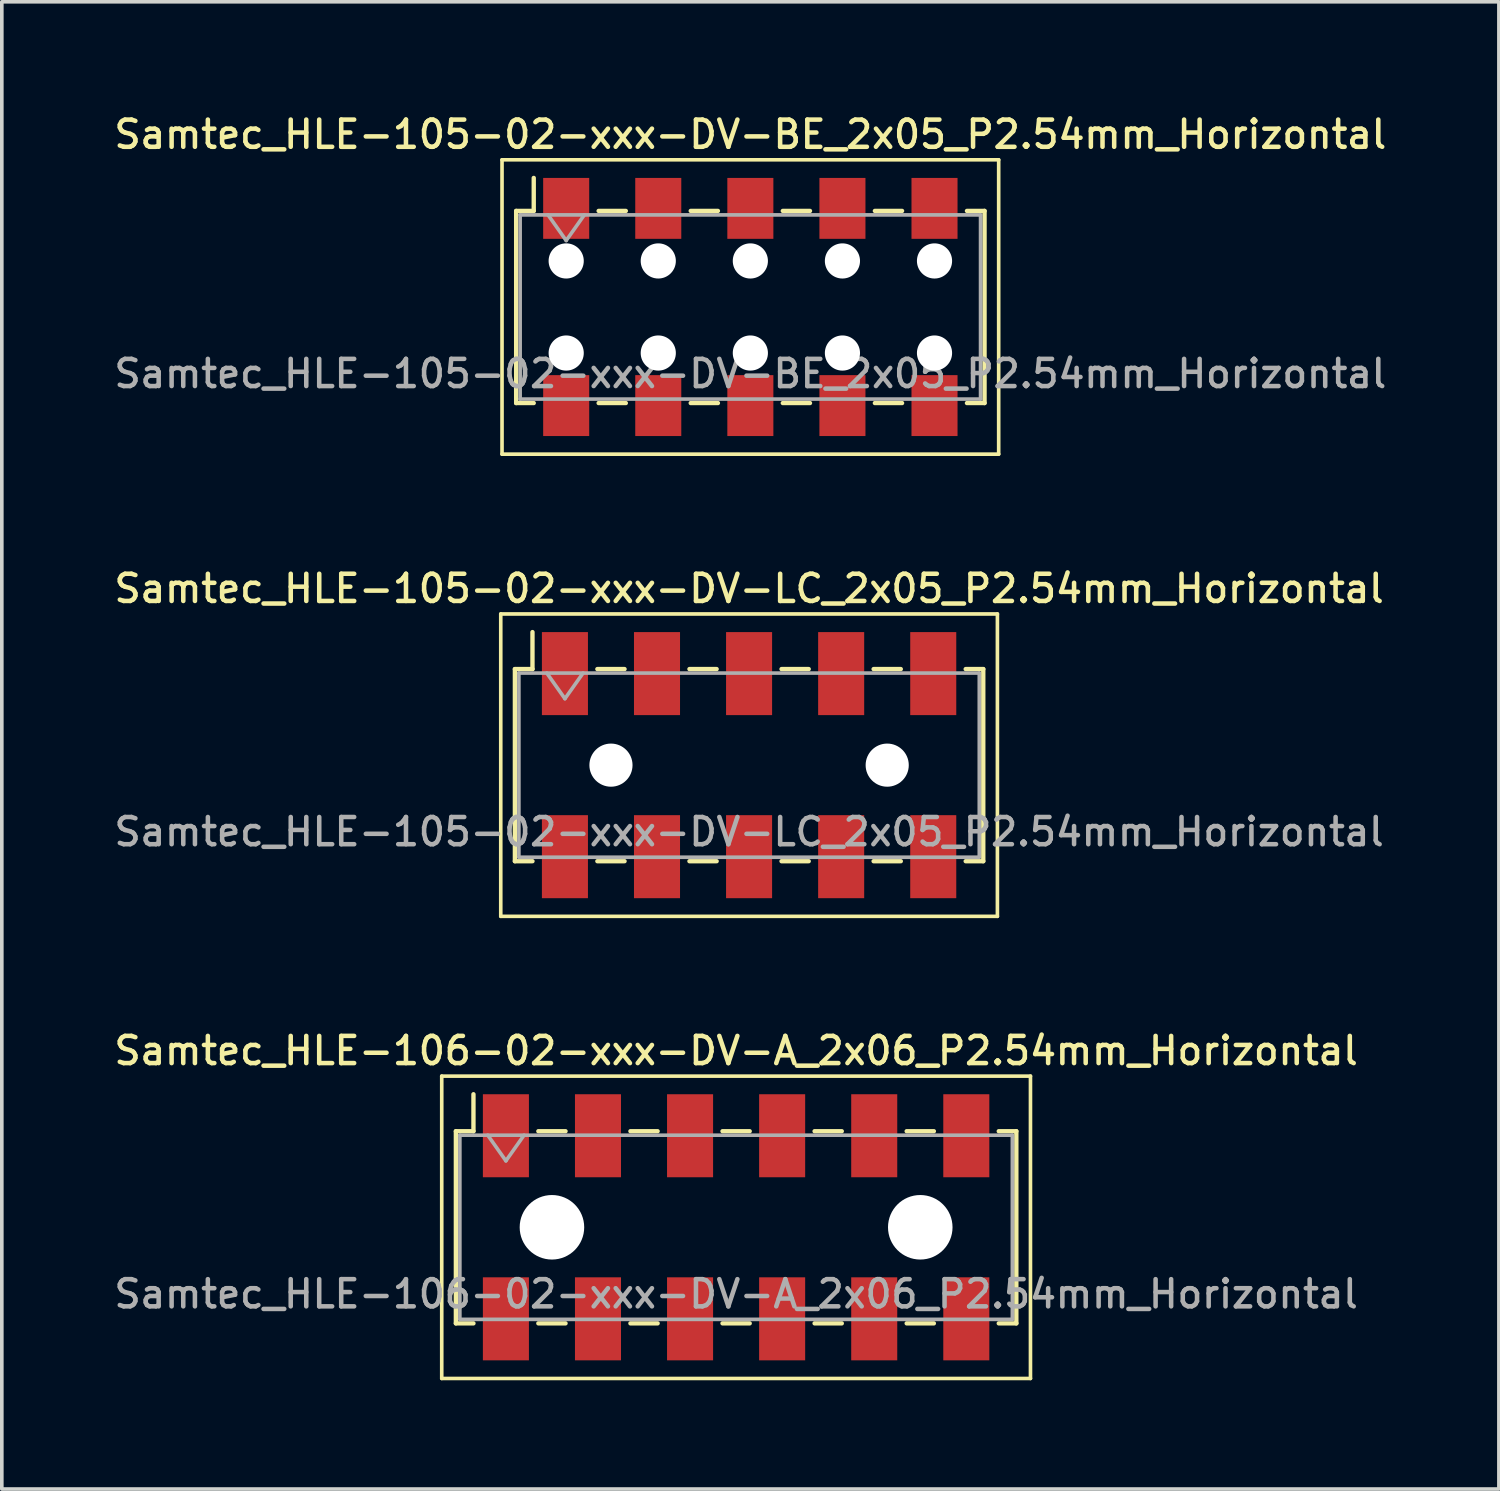
<source format=kicad_pcb>
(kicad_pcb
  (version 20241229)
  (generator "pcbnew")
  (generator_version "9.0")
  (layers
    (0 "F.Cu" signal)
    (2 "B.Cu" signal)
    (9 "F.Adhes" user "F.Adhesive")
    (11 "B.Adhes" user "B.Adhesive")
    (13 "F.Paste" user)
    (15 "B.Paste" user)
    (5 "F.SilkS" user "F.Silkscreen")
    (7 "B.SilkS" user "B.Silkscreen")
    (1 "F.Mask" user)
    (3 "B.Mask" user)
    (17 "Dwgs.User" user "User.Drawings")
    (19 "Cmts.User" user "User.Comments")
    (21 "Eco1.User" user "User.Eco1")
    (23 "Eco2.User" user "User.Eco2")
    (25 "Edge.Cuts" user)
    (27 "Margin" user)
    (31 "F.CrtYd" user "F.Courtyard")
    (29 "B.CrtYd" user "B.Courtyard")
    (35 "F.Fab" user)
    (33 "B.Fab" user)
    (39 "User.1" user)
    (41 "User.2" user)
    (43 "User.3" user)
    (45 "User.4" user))
  (footprint "Samtec_HLE-105-02-xxx-DV-LC_2x05_P2.54mm_Horizontal"
    (layer "F.Cu")
    (at 17.613 18.056)
    (property "Reference" "Samtec_HLE-105-02-xxx-DV-LC_2x05_P2.54mm_Horizontal" (at 0 -4.87 0) (layer "F.SilkS") (effects (font (size 0.75 0.75) (thickness 0.125))))
    (attr smd)
    (fp_line (start -6.85 -4.17) (end 6.85 -4.17) (stroke (width 0.1) (type solid)) (layer "F.SilkS"))
    (fp_line (start -6.85 4.17) (end -6.85 -4.17) (stroke (width 0.1) (type solid)) (layer "F.SilkS"))
    (fp_line (start -6.46 -2.65) (end -6.46 2.65) (stroke (width 0.12) (type solid)) (layer "F.SilkS"))
    (fp_line (start -6.46 2.65) (end -5.975 2.65) (stroke (width 0.12) (type solid)) (layer "F.SilkS"))
    (fp_line (start -5.975 -3.67) (end -5.975 -2.65) (stroke (width 0.12) (type solid)) (layer "F.SilkS"))
    (fp_line (start -5.975 -2.65) (end -6.46 -2.65) (stroke (width 0.12) (type solid)) (layer "F.SilkS"))
    (fp_line (start -4.185 -2.65) (end -3.435 -2.65) (stroke (width 0.12) (type solid)) (layer "F.SilkS"))
    (fp_line (start -4.185 2.65) (end -3.435 2.65) (stroke (width 0.12) (type solid)) (layer "F.SilkS"))
    (fp_line (start -1.645 -2.65) (end -0.895 -2.65) (stroke (width 0.12) (type solid)) (layer "F.SilkS"))
    (fp_line (start -1.645 2.65) (end -0.895 2.65) (stroke (width 0.12) (type solid)) (layer "F.SilkS"))
    (fp_line (start 0.895 -2.65) (end 1.645 -2.65) (stroke (width 0.12) (type solid)) (layer "F.SilkS"))
    (fp_line (start 0.895 2.65) (end 1.645 2.65) (stroke (width 0.12) (type solid)) (layer "F.SilkS"))
    (fp_line (start 3.435 -2.65) (end 4.185 -2.65) (stroke (width 0.12) (type solid)) (layer "F.SilkS"))
    (fp_line (start 3.435 2.65) (end 4.185 2.65) (stroke (width 0.12) (type solid)) (layer "F.SilkS"))
    (fp_line (start 5.975 -2.65) (end 6.46 -2.65) (stroke (width 0.12) (type solid)) (layer "F.SilkS"))
    (fp_line (start 6.46 -2.65) (end 6.46 2.65) (stroke (width 0.12) (type solid)) (layer "F.SilkS"))
    (fp_line (start 6.46 2.65) (end 5.975 2.65) (stroke (width 0.12) (type solid)) (layer "F.SilkS"))
    (fp_line (start 6.85 -4.17) (end 6.85 4.17) (stroke (width 0.1) (type solid)) (layer "F.SilkS"))
    (fp_line (start 6.85 4.17) (end -6.85 4.17) (stroke (width 0.1) (type solid)) (layer "F.SilkS"))
    (fp_line (start -6.35 -2.54) (end 6.35 -2.54) (stroke (width 0.1) (type solid)) (layer "F.Fab"))
    (fp_line (start -6.35 2.54) (end -6.35 -2.54) (stroke (width 0.1) (type solid)) (layer "F.Fab"))
    (fp_line (start -5.58 -2.54) (end -5.08 -1.833) (stroke (width 0.1) (type solid)) (layer "F.Fab"))
    (fp_line (start -5.08 -1.833) (end -4.58 -2.54) (stroke (width 0.1) (type solid)) (layer "F.Fab"))
    (fp_line (start 6.35 -2.54) (end 6.35 2.54) (stroke (width 0.1) (type solid)) (layer "F.Fab"))
    (fp_line (start 6.35 2.54) (end -6.35 2.54) (stroke (width 0.1) (type solid)) (layer "F.Fab"))
    (fp_text user "${REFERENCE}" (at 0 1.84 0) (layer "F.Fab") (effects (font (size 0.75 0.75) (thickness 0.125))))
    (pad "" np_thru_hole circle (at -3.81 0) (size 1.19 1.19) (drill 1.19) (layers "*.Cu" "*.Mask"))
    (pad "" np_thru_hole circle (at 3.81 0) (size 1.19 1.19) (drill 1.19) (layers "*.Cu" "*.Mask"))
    (pad "1" smd rect (at -5.08 -2.525) (size 1.27 2.29) (layers "F.Cu" "F.Mask" "F.Paste"))
    (pad "2" smd rect (at -5.08 2.525) (size 1.27 2.29) (layers "F.Cu" "F.Mask" "F.Paste"))
    (pad "3" smd rect (at -2.54 -2.525) (size 1.27 2.29) (layers "F.Cu" "F.Mask" "F.Paste"))
    (pad "4" smd rect (at -2.54 2.525) (size 1.27 2.29) (layers "F.Cu" "F.Mask" "F.Paste"))
    (pad "5" smd rect (at 0 -2.525) (size 1.27 2.29) (layers "F.Cu" "F.Mask" "F.Paste"))
    (pad "6" smd rect (at 0 2.525) (size 1.27 2.29) (layers "F.Cu" "F.Mask" "F.Paste"))
    (pad "7" smd rect (at 2.54 -2.525) (size 1.27 2.29) (layers "F.Cu" "F.Mask" "F.Paste"))
    (pad "8" smd rect (at 2.54 2.525) (size 1.27 2.29) (layers "F.Cu" "F.Mask" "F.Paste"))
    (pad "9" smd rect (at 5.08 -2.525) (size 1.27 2.29) (layers "F.Cu" "F.Mask" "F.Paste"))
    (pad "10" smd rect (at 5.08 2.525) (size 1.27 2.29) (layers "F.Cu" "F.Mask" "F.Paste")))
  (footprint "Samtec_HLE-106-02-xxx-DV-A_2x06_P2.54mm_Horizontal"
    (layer "F.Cu")
    (at 17.255 30.804)
    (property "Reference" "Samtec_HLE-106-02-xxx-DV-A_2x06_P2.54mm_Horizontal" (at 0 -4.87 0) (layer "F.SilkS") (effects (font (size 0.75 0.75) (thickness 0.125))))
    (attr smd)
    (fp_line (start -8.12 -4.17) (end 8.12 -4.17) (stroke (width 0.1) (type solid)) (layer "F.SilkS"))
    (fp_line (start -8.12 4.17) (end -8.12 -4.17) (stroke (width 0.1) (type solid)) (layer "F.SilkS"))
    (fp_line (start -7.73 -2.65) (end -7.73 2.65) (stroke (width 0.12) (type solid)) (layer "F.SilkS"))
    (fp_line (start -7.73 2.65) (end -7.245 2.65) (stroke (width 0.12) (type solid)) (layer "F.SilkS"))
    (fp_line (start -7.245 -3.67) (end -7.245 -2.65) (stroke (width 0.12) (type solid)) (layer "F.SilkS"))
    (fp_line (start -7.245 -2.65) (end -7.73 -2.65) (stroke (width 0.12) (type solid)) (layer "F.SilkS"))
    (fp_line (start -5.455 -2.65) (end -4.705 -2.65) (stroke (width 0.12) (type solid)) (layer "F.SilkS"))
    (fp_line (start -5.455 2.65) (end -4.705 2.65) (stroke (width 0.12) (type solid)) (layer "F.SilkS"))
    (fp_line (start -2.915 -2.65) (end -2.165 -2.65) (stroke (width 0.12) (type solid)) (layer "F.SilkS"))
    (fp_line (start -2.915 2.65) (end -2.165 2.65) (stroke (width 0.12) (type solid)) (layer "F.SilkS"))
    (fp_line (start -0.375 -2.65) (end 0.375 -2.65) (stroke (width 0.12) (type solid)) (layer "F.SilkS"))
    (fp_line (start -0.375 2.65) (end 0.375 2.65) (stroke (width 0.12) (type solid)) (layer "F.SilkS"))
    (fp_line (start 2.165 -2.65) (end 2.915 -2.65) (stroke (width 0.12) (type solid)) (layer "F.SilkS"))
    (fp_line (start 2.165 2.65) (end 2.915 2.65) (stroke (width 0.12) (type solid)) (layer "F.SilkS"))
    (fp_line (start 4.705 -2.65) (end 5.455 -2.65) (stroke (width 0.12) (type solid)) (layer "F.SilkS"))
    (fp_line (start 4.705 2.65) (end 5.455 2.65) (stroke (width 0.12) (type solid)) (layer "F.SilkS"))
    (fp_line (start 7.245 -2.65) (end 7.73 -2.65) (stroke (width 0.12) (type solid)) (layer "F.SilkS"))
    (fp_line (start 7.73 -2.65) (end 7.73 2.65) (stroke (width 0.12) (type solid)) (layer "F.SilkS"))
    (fp_line (start 7.73 2.65) (end 7.245 2.65) (stroke (width 0.12) (type solid)) (layer "F.SilkS"))
    (fp_line (start 8.12 -4.17) (end 8.12 4.17) (stroke (width 0.1) (type solid)) (layer "F.SilkS"))
    (fp_line (start 8.12 4.17) (end -8.12 4.17) (stroke (width 0.1) (type solid)) (layer "F.SilkS"))
    (fp_line (start -7.62 -2.54) (end 7.62 -2.54) (stroke (width 0.1) (type solid)) (layer "F.Fab"))
    (fp_line (start -7.62 2.54) (end -7.62 -2.54) (stroke (width 0.1) (type solid)) (layer "F.Fab"))
    (fp_line (start -6.85 -2.54) (end -6.35 -1.833) (stroke (width 0.1) (type solid)) (layer "F.Fab"))
    (fp_line (start -6.35 -1.833) (end -5.85 -2.54) (stroke (width 0.1) (type solid)) (layer "F.Fab"))
    (fp_line (start 7.62 -2.54) (end 7.62 2.54) (stroke (width 0.1) (type solid)) (layer "F.Fab"))
    (fp_line (start 7.62 2.54) (end -7.62 2.54) (stroke (width 0.1) (type solid)) (layer "F.Fab"))
    (fp_text user "${REFERENCE}" (at 0 1.84 0) (layer "F.Fab") (effects (font (size 0.75 0.75) (thickness 0.125))))
    (pad "" np_thru_hole circle (at -5.08 0) (size 1.78 1.78) (drill 1.78) (layers "*.Cu" "*.Mask"))
    (pad "" np_thru_hole circle (at 5.08 0) (size 1.78 1.78) (drill 1.78) (layers "*.Cu" "*.Mask"))
    (pad "1" smd rect (at -6.35 -2.525) (size 1.27 2.29) (layers "F.Cu" "F.Mask" "F.Paste"))
    (pad "2" smd rect (at -6.35 2.525) (size 1.27 2.29) (layers "F.Cu" "F.Mask" "F.Paste"))
    (pad "3" smd rect (at -3.81 -2.525) (size 1.27 2.29) (layers "F.Cu" "F.Mask" "F.Paste"))
    (pad "4" smd rect (at -3.81 2.525) (size 1.27 2.29) (layers "F.Cu" "F.Mask" "F.Paste"))
    (pad "5" smd rect (at -1.27 -2.525) (size 1.27 2.29) (layers "F.Cu" "F.Mask" "F.Paste"))
    (pad "6" smd rect (at -1.27 2.525) (size 1.27 2.29) (layers "F.Cu" "F.Mask" "F.Paste"))
    (pad "7" smd rect (at 1.27 -2.525) (size 1.27 2.29) (layers "F.Cu" "F.Mask" "F.Paste"))
    (pad "8" smd rect (at 1.27 2.525) (size 1.27 2.29) (layers "F.Cu" "F.Mask" "F.Paste"))
    (pad "9" smd rect (at 3.81 -2.525) (size 1.27 2.29) (layers "F.Cu" "F.Mask" "F.Paste"))
    (pad "10" smd rect (at 3.81 2.525) (size 1.27 2.29) (layers "F.Cu" "F.Mask" "F.Paste"))
    (pad "11" smd rect (at 6.35 -2.525) (size 1.27 2.29) (layers "F.Cu" "F.Mask" "F.Paste"))
    (pad "12" smd rect (at 6.35 2.525) (size 1.27 2.29) (layers "F.Cu" "F.Mask" "F.Paste")))
  (footprint "Samtec_HLE-105-02-xxx-DV-BE_2x05_P2.54mm_Horizontal"
    (layer "F.Cu")
    (at 17.648 5.418)
    (property "Reference" "Samtec_HLE-105-02-xxx-DV-BE_2x05_P2.54mm_Horizontal" (at 0 -4.76 0) (layer "F.SilkS") (effects (font (size 0.75 0.75) (thickness 0.125))))
    (attr smd)
    (fp_line (start -6.85 -4.06) (end 6.85 -4.06) (stroke (width 0.1) (type solid)) (layer "F.SilkS"))
    (fp_line (start -6.85 4.06) (end -6.85 -4.06) (stroke (width 0.1) (type solid)) (layer "F.SilkS"))
    (fp_line (start -6.46 -2.65) (end -6.46 2.65) (stroke (width 0.12) (type solid)) (layer "F.SilkS"))
    (fp_line (start -6.46 2.65) (end -5.975 2.65) (stroke (width 0.12) (type solid)) (layer "F.SilkS"))
    (fp_line (start -5.975 -3.56) (end -5.975 -2.65) (stroke (width 0.12) (type solid)) (layer "F.SilkS"))
    (fp_line (start -5.975 -2.65) (end -6.46 -2.65) (stroke (width 0.12) (type solid)) (layer "F.SilkS"))
    (fp_line (start -4.185 -2.65) (end -3.435 -2.65) (stroke (width 0.12) (type solid)) (layer "F.SilkS"))
    (fp_line (start -4.185 2.65) (end -3.435 2.65) (stroke (width 0.12) (type solid)) (layer "F.SilkS"))
    (fp_line (start -1.645 -2.65) (end -0.895 -2.65) (stroke (width 0.12) (type solid)) (layer "F.SilkS"))
    (fp_line (start -1.645 2.65) (end -0.895 2.65) (stroke (width 0.12) (type solid)) (layer "F.SilkS"))
    (fp_line (start 0.895 -2.65) (end 1.645 -2.65) (stroke (width 0.12) (type solid)) (layer "F.SilkS"))
    (fp_line (start 0.895 2.65) (end 1.645 2.65) (stroke (width 0.12) (type solid)) (layer "F.SilkS"))
    (fp_line (start 3.435 -2.65) (end 4.185 -2.65) (stroke (width 0.12) (type solid)) (layer "F.SilkS"))
    (fp_line (start 3.435 2.65) (end 4.185 2.65) (stroke (width 0.12) (type solid)) (layer "F.SilkS"))
    (fp_line (start 5.975 -2.65) (end 6.46 -2.65) (stroke (width 0.12) (type solid)) (layer "F.SilkS"))
    (fp_line (start 6.46 -2.65) (end 6.46 2.65) (stroke (width 0.12) (type solid)) (layer "F.SilkS"))
    (fp_line (start 6.46 2.65) (end 5.975 2.65) (stroke (width 0.12) (type solid)) (layer "F.SilkS"))
    (fp_line (start 6.85 -4.06) (end 6.85 4.06) (stroke (width 0.1) (type solid)) (layer "F.SilkS"))
    (fp_line (start 6.85 4.06) (end -6.85 4.06) (stroke (width 0.1) (type solid)) (layer "F.SilkS"))
    (fp_line (start -6.35 -2.54) (end 6.35 -2.54) (stroke (width 0.1) (type solid)) (layer "F.Fab"))
    (fp_line (start -6.35 2.54) (end -6.35 -2.54) (stroke (width 0.1) (type solid)) (layer "F.Fab"))
    (fp_line (start -5.58 -2.54) (end -5.08 -1.833) (stroke (width 0.1) (type solid)) (layer "F.Fab"))
    (fp_line (start -5.08 -1.833) (end -4.58 -2.54) (stroke (width 0.1) (type solid)) (layer "F.Fab"))
    (fp_line (start 6.35 -2.54) (end 6.35 2.54) (stroke (width 0.1) (type solid)) (layer "F.Fab"))
    (fp_line (start 6.35 2.54) (end -6.35 2.54) (stroke (width 0.1) (type solid)) (layer "F.Fab"))
    (fp_text user "${REFERENCE}" (at 0 1.84 0) (layer "F.Fab") (effects (font (size 0.75 0.75) (thickness 0.125))))
    (pad "" np_thru_hole circle (at -5.08 -1.27) (size 0.97 0.97) (drill 0.97) (layers "*.Cu" "*.Mask"))
    (pad "" np_thru_hole circle (at -5.08 1.27) (size 0.97 0.97) (drill 0.97) (layers "*.Cu" "*.Mask"))
    (pad "" np_thru_hole circle (at -2.54 -1.27) (size 0.97 0.97) (drill 0.97) (layers "*.Cu" "*.Mask"))
    (pad "" np_thru_hole circle (at -2.54 1.27) (size 0.97 0.97) (drill 0.97) (layers "*.Cu" "*.Mask"))
    (pad "" np_thru_hole circle (at 0 -1.27) (size 0.97 0.97) (drill 0.97) (layers "*.Cu" "*.Mask"))
    (pad "" np_thru_hole circle (at 0 1.27) (size 0.97 0.97) (drill 0.97) (layers "*.Cu" "*.Mask"))
    (pad "" np_thru_hole circle (at 2.54 -1.27) (size 0.97 0.97) (drill 0.97) (layers "*.Cu" "*.Mask"))
    (pad "" np_thru_hole circle (at 2.54 1.27) (size 0.97 0.97) (drill 0.97) (layers "*.Cu" "*.Mask"))
    (pad "" np_thru_hole circle (at 5.08 -1.27) (size 0.97 0.97) (drill 0.97) (layers "*.Cu" "*.Mask"))
    (pad "" np_thru_hole circle (at 5.08 1.27) (size 0.97 0.97) (drill 0.97) (layers "*.Cu" "*.Mask"))
    (pad "1" smd rect (at -5.08 -2.72) (size 1.27 1.68) (layers "F.Cu" "F.Mask" "F.Paste"))
    (pad "2" smd rect (at -5.08 2.72) (size 1.27 1.68) (layers "F.Cu" "F.Mask" "F.Paste"))
    (pad "3" smd rect (at -2.54 -2.72) (size 1.27 1.68) (layers "F.Cu" "F.Mask" "F.Paste"))
    (pad "4" smd rect (at -2.54 2.72) (size 1.27 1.68) (layers "F.Cu" "F.Mask" "F.Paste"))
    (pad "5" smd rect (at 0 -2.72) (size 1.27 1.68) (layers "F.Cu" "F.Mask" "F.Paste"))
    (pad "6" smd rect (at 0 2.72) (size 1.27 1.68) (layers "F.Cu" "F.Mask" "F.Paste"))
    (pad "7" smd rect (at 2.54 -2.72) (size 1.27 1.68) (layers "F.Cu" "F.Mask" "F.Paste"))
    (pad "8" smd rect (at 2.54 2.72) (size 1.27 1.68) (layers "F.Cu" "F.Mask" "F.Paste"))
    (pad "9" smd rect (at 5.08 -2.72) (size 1.27 1.68) (layers "F.Cu" "F.Mask" "F.Paste"))
    (pad "10" smd rect (at 5.08 2.72) (size 1.27 1.68) (layers "F.Cu" "F.Mask" "F.Paste")))
  (gr_rect
    (start -3 -3)
    (end 38.296 38.024)
    (stroke (width 0.1) (type default))
    (fill no)
    (layer "Edge.Cuts")))
</source>
